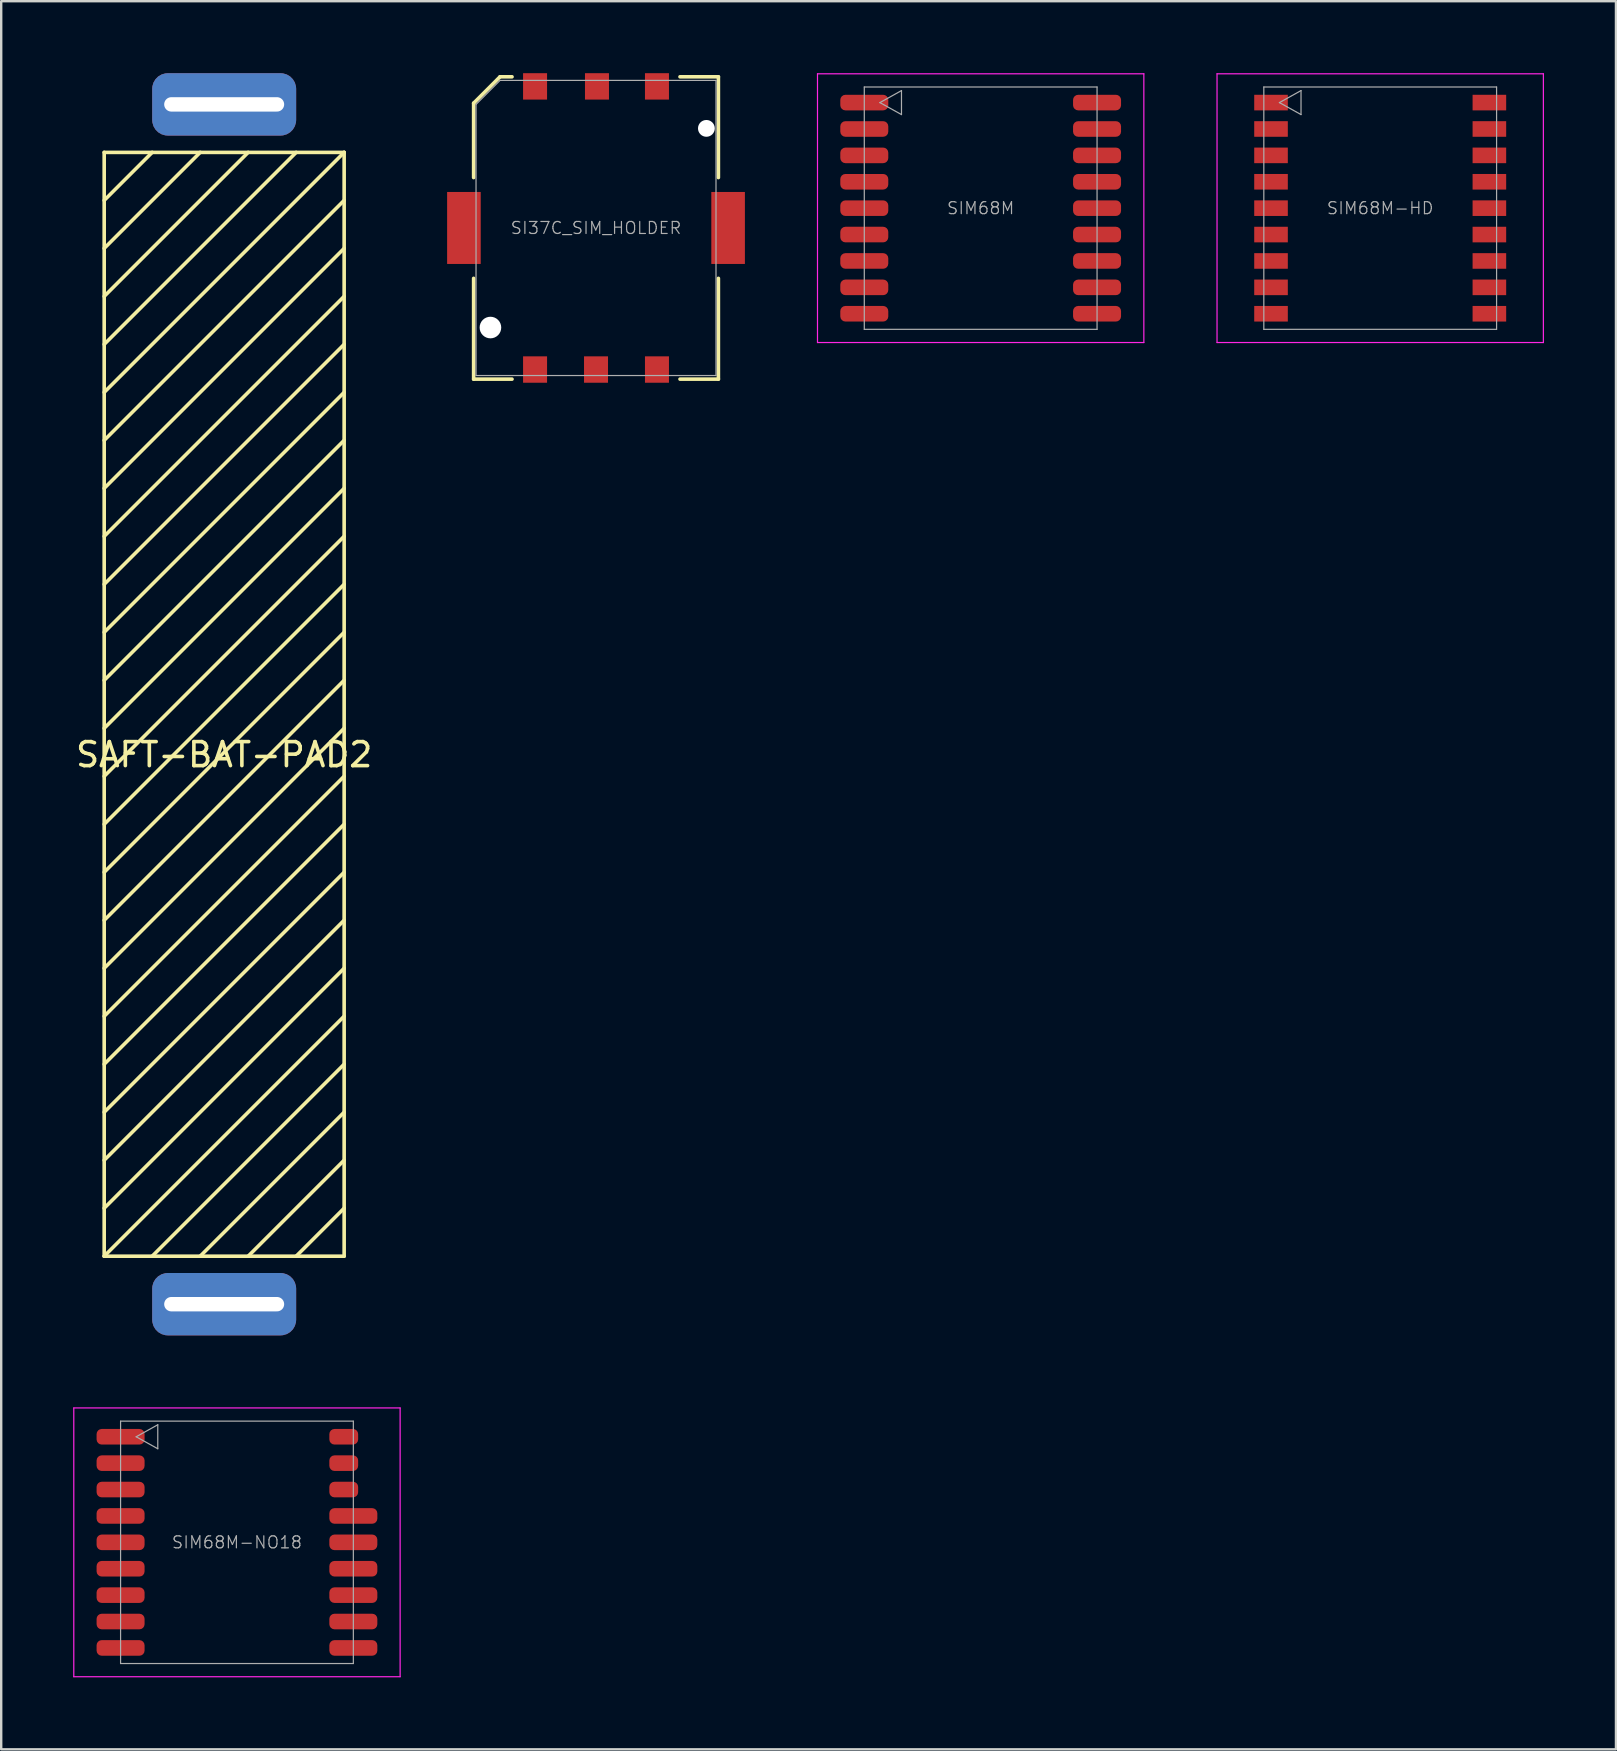
<source format=kicad_pcb>
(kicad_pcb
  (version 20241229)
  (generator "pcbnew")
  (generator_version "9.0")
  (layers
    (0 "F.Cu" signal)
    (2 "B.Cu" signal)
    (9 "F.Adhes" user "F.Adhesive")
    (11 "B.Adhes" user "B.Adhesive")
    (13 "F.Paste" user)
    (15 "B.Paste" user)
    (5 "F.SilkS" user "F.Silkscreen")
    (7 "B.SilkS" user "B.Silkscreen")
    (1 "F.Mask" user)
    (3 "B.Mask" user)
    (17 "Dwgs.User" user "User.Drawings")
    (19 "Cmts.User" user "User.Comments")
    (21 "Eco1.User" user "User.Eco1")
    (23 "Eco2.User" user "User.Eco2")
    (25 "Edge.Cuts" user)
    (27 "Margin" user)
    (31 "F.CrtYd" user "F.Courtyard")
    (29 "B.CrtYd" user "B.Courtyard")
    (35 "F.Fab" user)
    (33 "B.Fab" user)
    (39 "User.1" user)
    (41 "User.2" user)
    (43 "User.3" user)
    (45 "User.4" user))
  (footprint "SAFT-BAT-PAD2"
    (layer "F.Cu")
    (at 6.292 26.3)
    (property "Reference" "SAFT-BAT-PAD2" (at 0 2.1 0) (layer "F.SilkS") (effects (font (size 1 1) (thickness 0.15))))
    (attr through_hole)
    (fp_line (start -5 -23) (end -5 23) (stroke (width 0.15) (type solid)) (layer "F.SilkS"))
    (fp_line (start -5 -23) (end 5 -23) (stroke (width 0.15) (type solid)) (layer "F.SilkS"))
    (fp_line (start -5 -21) (end -3 -23) (stroke (width 0.15) (type solid)) (layer "F.SilkS"))
    (fp_line (start -5 -19) (end -1 -23) (stroke (width 0.15) (type solid)) (layer "F.SilkS"))
    (fp_line (start -5 -17) (end 1 -23) (stroke (width 0.15) (type solid)) (layer "F.SilkS"))
    (fp_line (start -5 -15) (end 3 -23) (stroke (width 0.15) (type solid)) (layer "F.SilkS"))
    (fp_line (start -5 -13) (end 5 -23) (stroke (width 0.15) (type solid)) (layer "F.SilkS"))
    (fp_line (start -5 -11) (end 5 -21) (stroke (width 0.15) (type solid)) (layer "F.SilkS"))
    (fp_line (start -5 -9) (end 5 -19) (stroke (width 0.15) (type solid)) (layer "F.SilkS"))
    (fp_line (start -5 -7) (end 5 -17) (stroke (width 0.15) (type solid)) (layer "F.SilkS"))
    (fp_line (start -5 -5) (end 5 -15) (stroke (width 0.15) (type solid)) (layer "F.SilkS"))
    (fp_line (start -5 -3) (end 5 -13) (stroke (width 0.15) (type solid)) (layer "F.SilkS"))
    (fp_line (start -5 -1) (end 5 -11) (stroke (width 0.15) (type solid)) (layer "F.SilkS"))
    (fp_line (start -5 1) (end 5 -9) (stroke (width 0.15) (type solid)) (layer "F.SilkS"))
    (fp_line (start -5 3) (end 5 -7) (stroke (width 0.15) (type solid)) (layer "F.SilkS"))
    (fp_line (start -5 5) (end 5 -5) (stroke (width 0.15) (type solid)) (layer "F.SilkS"))
    (fp_line (start -5 7) (end 5 -3) (stroke (width 0.15) (type solid)) (layer "F.SilkS"))
    (fp_line (start -5 9) (end 5 -1) (stroke (width 0.15) (type solid)) (layer "F.SilkS"))
    (fp_line (start -5 11) (end 5 1) (stroke (width 0.15) (type solid)) (layer "F.SilkS"))
    (fp_line (start -5 13) (end 5 3) (stroke (width 0.15) (type solid)) (layer "F.SilkS"))
    (fp_line (start -5 15) (end 5 5) (stroke (width 0.15) (type solid)) (layer "F.SilkS"))
    (fp_line (start -5 17) (end 5 7) (stroke (width 0.15) (type solid)) (layer "F.SilkS"))
    (fp_line (start -5 19) (end 5 9) (stroke (width 0.15) (type solid)) (layer "F.SilkS"))
    (fp_line (start -5 21) (end 5 11) (stroke (width 0.15) (type solid)) (layer "F.SilkS"))
    (fp_line (start -5 23) (end 5 13) (stroke (width 0.15) (type solid)) (layer "F.SilkS"))
    (fp_line (start -5 23) (end 5 23) (stroke (width 0.15) (type solid)) (layer "F.SilkS"))
    (fp_line (start -3 23) (end 5 15) (stroke (width 0.15) (type solid)) (layer "F.SilkS"))
    (fp_line (start -1 23) (end 5 17) (stroke (width 0.15) (type solid)) (layer "F.SilkS"))
    (fp_line (start 1 23) (end 5 19) (stroke (width 0.15) (type solid)) (layer "F.SilkS"))
    (fp_line (start 3 23) (end 5 21) (stroke (width 0.15) (type solid)) (layer "F.SilkS"))
    (fp_line (start 5 -23) (end 5 23) (stroke (width 0.15) (type solid)) (layer "F.SilkS"))
    (pad "1" thru_hole roundrect (at 0 25) (size 6 2.6) (drill oval 5 0.6) (layers "*.Cu" "*.Mask") (roundrect_rratio 0.25))
    (pad "2" thru_hole roundrect (at 0 -25) (size 6 2.6) (drill oval 5 0.6) (layers "*.Cu" "*.Mask") (roundrect_rratio 0.25)))
  (footprint "SIM68M-NO18"
    (layer "F.Cu")
    (at 6.825 61.225)
    (property "Reference" "SIM68M-NO18" (at 0 0 0) (layer "F.Fab") (effects (font (size 0.5 0.5) (thickness 0.05))))
    (attr smd)
    (fp_line (start -6.8 -5.6) (end 6.8 -5.6) (stroke (width 0.05) (type solid)) (layer "F.CrtYd"))
    (fp_line (start -6.8 5.6) (end -6.8 -5.6) (stroke (width 0.05) (type solid)) (layer "F.CrtYd"))
    (fp_line (start 6.8 -5.6) (end 6.8 5.6) (stroke (width 0.05) (type solid)) (layer "F.CrtYd"))
    (fp_line (start 6.8 5.6) (end -6.8 5.6) (stroke (width 0.05) (type solid)) (layer "F.CrtYd"))
    (fp_line (start -4.85 -5.05) (end -4.85 5.05) (stroke (width 0.05) (type solid)) (layer "F.Fab"))
    (fp_line (start -4.85 5.05) (end 4.85 5.05) (stroke (width 0.05) (type solid)) (layer "F.Fab"))
    (fp_line (start -4.2 -4.4) (end -3.3 -4.9) (stroke (width 0.05) (type solid)) (layer "F.Fab"))
    (fp_line (start -3.3 -4.9) (end -3.3 -3.9) (stroke (width 0.05) (type solid)) (layer "F.Fab"))
    (fp_line (start -3.3 -3.9) (end -4.2 -4.4) (stroke (width 0.05) (type solid)) (layer "F.Fab"))
    (fp_line (start 4.85 -5.05) (end -4.85 -5.05) (stroke (width 0.05) (type solid)) (layer "F.Fab"))
    (fp_line (start 4.85 5.05) (end 4.85 -5.05) (stroke (width 0.05) (type solid)) (layer "F.Fab"))
    (pad "1" smd roundrect (at -4.85 -4.4) (size 2 0.65) (layers "F.Cu" "F.Mask" "F.Paste") (roundrect_rratio 0.33))
    (pad "2" smd roundrect (at -4.85 -3.3) (size 2 0.65) (layers "F.Cu" "F.Mask" "F.Paste") (roundrect_rratio 0.33))
    (pad "3" smd roundrect (at -4.85 -2.2) (size 2 0.65) (layers "F.Cu" "F.Mask" "F.Paste") (roundrect_rratio 0.33))
    (pad "4" smd roundrect (at -4.85 -1.1) (size 2 0.65) (layers "F.Cu" "F.Mask" "F.Paste") (roundrect_rratio 0.33))
    (pad "5" smd roundrect (at -4.85 0) (size 2 0.65) (layers "F.Cu" "F.Mask" "F.Paste") (roundrect_rratio 0.33))
    (pad "6" smd roundrect (at -4.85 1.1) (size 2 0.65) (layers "F.Cu" "F.Mask" "F.Paste") (roundrect_rratio 0.33))
    (pad "7" smd roundrect (at -4.85 2.2) (size 2 0.65) (layers "F.Cu" "F.Mask" "F.Paste") (roundrect_rratio 0.33))
    (pad "8" smd roundrect (at -4.85 3.3) (size 2 0.65) (layers "F.Cu" "F.Mask" "F.Paste") (roundrect_rratio 0.33))
    (pad "9" smd roundrect (at -4.85 4.4) (size 2 0.65) (layers "F.Cu" "F.Mask" "F.Paste") (roundrect_rratio 0.33))
    (pad "10" smd roundrect (at 4.85 4.4) (size 2 0.65) (layers "F.Cu" "F.Mask" "F.Paste") (roundrect_rratio 0.33))
    (pad "11" smd roundrect (at 4.85 3.3) (size 2 0.65) (layers "F.Cu" "F.Mask" "F.Paste") (roundrect_rratio 0.33))
    (pad "12" smd roundrect (at 4.85 2.2) (size 2 0.65) (layers "F.Cu" "F.Mask" "F.Paste") (roundrect_rratio 0.33))
    (pad "13" smd roundrect (at 4.85 1.1) (size 2 0.65) (layers "F.Cu" "F.Mask" "F.Paste") (roundrect_rratio 0.33))
    (pad "14" smd roundrect (at 4.85 0) (size 2 0.65) (layers "F.Cu" "F.Mask" "F.Paste") (roundrect_rratio 0.33))
    (pad "15" smd roundrect (at 4.85 -1.1) (size 2 0.65) (layers "F.Cu" "F.Mask" "F.Paste") (roundrect_rratio 0.33))
    (pad "16" smd roundrect (at 4.45 -2.2) (size 1.2 0.65) (layers "F.Cu" "F.Mask" "F.Paste") (roundrect_rratio 0.33))
    (pad "17" smd roundrect (at 4.45 -3.3) (size 1.2 0.65) (layers "F.Cu" "F.Mask" "F.Paste") (roundrect_rratio 0.33))
    (pad "18" smd roundrect (at 4.45 -4.4) (size 1.2 0.65) (layers "F.Cu" "F.Mask" "F.Paste") (roundrect_rratio 0.33)))
  (footprint "SI37C_SIM_HOLDER"
    (layer "F.Cu")
    (at 21.788 6.45)
    (property "Reference" "SI37C_SIM_HOLDER" (at 0 0 0) (layer "F.Fab") (effects (font (size 0.5 0.5) (thickness 0.05))))
    (attr through_hole)
    (fp_line (start -5.1 -5.2) (end -4 -6.3) (stroke (width 0.15) (type solid)) (layer "F.SilkS"))
    (fp_line (start -5.1 -2.1) (end -5.1 -5.2) (stroke (width 0.15) (type solid)) (layer "F.SilkS"))
    (fp_line (start -5.1 6.3) (end -5.1 2.1) (stroke (width 0.15) (type solid)) (layer "F.SilkS"))
    (fp_line (start -4 -6.3) (end -3.5 -6.3) (stroke (width 0.15) (type solid)) (layer "F.SilkS"))
    (fp_line (start -3.5 6.3) (end -5.1 6.3) (stroke (width 0.15) (type solid)) (layer "F.SilkS"))
    (fp_line (start 3.5 -6.3) (end 5.1 -6.3) (stroke (width 0.15) (type solid)) (layer "F.SilkS"))
    (fp_line (start 3.5 6.3) (end 5.1 6.3) (stroke (width 0.15) (type solid)) (layer "F.SilkS"))
    (fp_line (start 5.1 -6.3) (end 5.1 -2.1) (stroke (width 0.15) (type solid)) (layer "F.SilkS"))
    (fp_line (start 5.1 6.3) (end 5.1 2.1) (stroke (width 0.15) (type solid)) (layer "F.SilkS"))
    (fp_line (start -5 -5.15) (end -4 -6.15) (stroke (width 0.05) (type solid)) (layer "F.Fab"))
    (fp_line (start -5 6.15) (end -5 -5.15) (stroke (width 0.05) (type solid)) (layer "F.Fab"))
    (fp_line (start -4 -6.15) (end 5 -6.15) (stroke (width 0.05) (type solid)) (layer "F.Fab"))
    (fp_line (start 5 6.15) (end -5 6.15) (stroke (width 0.05) (type solid)) (layer "F.Fab"))
    (fp_line (start 5 6.15) (end 5 -6.15) (stroke (width 0.05) (type solid)) (layer "F.Fab"))
    (pad "" np_thru_hole circle (at -4.4 4.15) (size 0.9 0.9) (drill 0.9) (layers "*.Cu" "*.Mask"))
    (pad "" np_thru_hole circle (at 4.6 -4.15) (size 0.7 0.7) (drill 0.7) (layers "*.Cu" "*.Mask"))
    (pad "1" smd rect (at 2.54 5.9) (size 1 1.1) (layers "F.Cu" "F.Mask" "F.Paste"))
    (pad "2" smd rect (at 0 5.9) (size 1 1.1) (layers "F.Cu" "F.Mask" "F.Paste"))
    (pad "3" smd rect (at -2.54 5.9) (size 1 1.1) (layers "F.Cu" "F.Mask" "F.Paste"))
    (pad "4" smd rect (at 5.505 0) (size 1.4 3) (layers "F.Cu" "F.Mask" "F.Paste"))
    (pad "5" smd rect (at 2.54 -5.9) (size 1 1.1) (layers "F.Cu" "F.Mask" "F.Paste"))
    (pad "6" smd rect (at 0.04 -5.9) (size 1 1.1) (layers "F.Cu" "F.Mask" "F.Paste"))
    (pad "7" smd rect (at -2.54 -5.9) (size 1 1.1) (layers "F.Cu" "F.Mask" "F.Paste"))
    (pad "8" smd rect (at -5.505 0) (size 1.4 3) (layers "F.Cu" "F.Mask" "F.Paste")))
  (footprint "SIM68M-HD"
    (layer "F.Cu")
    (at 54.468 5.625)
    (property "Reference" "SIM68M-HD" (at 0 0 0) (layer "F.Fab") (effects (font (size 0.5 0.5) (thickness 0.05))))
    (attr smd)
    (fp_line (start -6.8 -5.6) (end 6.8 -5.6) (stroke (width 0.05) (type solid)) (layer "F.CrtYd"))
    (fp_line (start -6.8 5.6) (end -6.8 -5.6) (stroke (width 0.05) (type solid)) (layer "F.CrtYd"))
    (fp_line (start 6.8 -5.6) (end 6.8 5.6) (stroke (width 0.05) (type solid)) (layer "F.CrtYd"))
    (fp_line (start 6.8 5.6) (end -6.8 5.6) (stroke (width 0.05) (type solid)) (layer "F.CrtYd"))
    (fp_line (start -4.85 -5.05) (end -4.85 5.05) (stroke (width 0.05) (type solid)) (layer "F.Fab"))
    (fp_line (start -4.85 5.05) (end 4.85 5.05) (stroke (width 0.05) (type solid)) (layer "F.Fab"))
    (fp_line (start -4.2 -4.4) (end -3.3 -4.9) (stroke (width 0.05) (type solid)) (layer "F.Fab"))
    (fp_line (start -3.3 -4.9) (end -3.3 -3.9) (stroke (width 0.05) (type solid)) (layer "F.Fab"))
    (fp_line (start -3.3 -3.9) (end -4.2 -4.4) (stroke (width 0.05) (type solid)) (layer "F.Fab"))
    (fp_line (start 4.85 -5.05) (end -4.85 -5.05) (stroke (width 0.05) (type solid)) (layer "F.Fab"))
    (fp_line (start 4.85 5.05) (end 4.85 -5.05) (stroke (width 0.05) (type solid)) (layer "F.Fab"))
    (pad "1" smd rect (at -4.55 -4.4) (size 1.4 0.65) (layers "F.Cu" "F.Mask" "F.Paste"))
    (pad "2" smd rect (at -4.55 -3.3) (size 1.4 0.65) (layers "F.Cu" "F.Mask" "F.Paste"))
    (pad "3" smd rect (at -4.55 -2.2) (size 1.4 0.65) (layers "F.Cu" "F.Mask" "F.Paste"))
    (pad "4" smd rect (at -4.55 -1.1) (size 1.4 0.65) (layers "F.Cu" "F.Mask" "F.Paste"))
    (pad "5" smd rect (at -4.55 0) (size 1.4 0.65) (layers "F.Cu" "F.Mask" "F.Paste"))
    (pad "6" smd rect (at -4.55 1.1) (size 1.4 0.65) (layers "F.Cu" "F.Mask" "F.Paste"))
    (pad "7" smd rect (at -4.55 2.2) (size 1.4 0.65) (layers "F.Cu" "F.Mask" "F.Paste"))
    (pad "8" smd rect (at -4.55 3.3) (size 1.4 0.65) (layers "F.Cu" "F.Mask" "F.Paste"))
    (pad "9" smd rect (at -4.55 4.4) (size 1.4 0.65) (layers "F.Cu" "F.Mask" "F.Paste"))
    (pad "10" smd rect (at 4.55 4.4) (size 1.4 0.65) (layers "F.Cu" "F.Mask" "F.Paste"))
    (pad "11" smd rect (at 4.55 3.3) (size 1.4 0.65) (layers "F.Cu" "F.Mask" "F.Paste"))
    (pad "12" smd rect (at 4.55 2.2) (size 1.4 0.65) (layers "F.Cu" "F.Mask" "F.Paste"))
    (pad "13" smd rect (at 4.55 1.1) (size 1.4 0.65) (layers "F.Cu" "F.Mask" "F.Paste"))
    (pad "14" smd rect (at 4.55 0) (size 1.4 0.65) (layers "F.Cu" "F.Mask" "F.Paste"))
    (pad "15" smd rect (at 4.55 -1.1) (size 1.4 0.65) (layers "F.Cu" "F.Mask" "F.Paste"))
    (pad "16" smd rect (at 4.55 -2.2) (size 1.4 0.65) (layers "F.Cu" "F.Mask" "F.Paste"))
    (pad "17" smd rect (at 4.55 -3.3) (size 1.4 0.65) (layers "F.Cu" "F.Mask" "F.Paste"))
    (pad "18" smd rect (at 4.55 -4.4) (size 1.4 0.65) (layers "F.Cu" "F.Mask" "F.Paste")))
  (footprint "SIM68M"
    (layer "F.Cu")
    (at 37.818 5.625)
    (property "Reference" "SIM68M" (at 0 0 0) (layer "F.Fab") (effects (font (size 0.5 0.5) (thickness 0.05))))
    (attr through_hole)
    (fp_line (start -6.8 -5.6) (end 6.8 -5.6) (stroke (width 0.05) (type solid)) (layer "F.CrtYd"))
    (fp_line (start -6.8 5.6) (end -6.8 -5.6) (stroke (width 0.05) (type solid)) (layer "F.CrtYd"))
    (fp_line (start 6.8 -5.6) (end 6.8 5.6) (stroke (width 0.05) (type solid)) (layer "F.CrtYd"))
    (fp_line (start 6.8 5.6) (end -6.8 5.6) (stroke (width 0.05) (type solid)) (layer "F.CrtYd"))
    (fp_line (start -4.85 -5.05) (end -4.85 5.05) (stroke (width 0.05) (type solid)) (layer "F.Fab"))
    (fp_line (start -4.85 5.05) (end 4.85 5.05) (stroke (width 0.05) (type solid)) (layer "F.Fab"))
    (fp_line (start -4.2 -4.4) (end -3.3 -4.9) (stroke (width 0.05) (type solid)) (layer "F.Fab"))
    (fp_line (start -3.3 -4.9) (end -3.3 -3.9) (stroke (width 0.05) (type solid)) (layer "F.Fab"))
    (fp_line (start -3.3 -3.9) (end -4.2 -4.4) (stroke (width 0.05) (type solid)) (layer "F.Fab"))
    (fp_line (start 4.85 -5.05) (end -4.85 -5.05) (stroke (width 0.05) (type solid)) (layer "F.Fab"))
    (fp_line (start 4.85 5.05) (end 4.85 -5.05) (stroke (width 0.05) (type solid)) (layer "F.Fab"))
    (pad "1" smd roundrect (at -4.85 -4.4) (size 2 0.65) (layers "F.Cu" "F.Mask" "F.Paste") (roundrect_rratio 0.33))
    (pad "2" smd roundrect (at -4.85 -3.3) (size 2 0.65) (layers "F.Cu" "F.Mask" "F.Paste") (roundrect_rratio 0.33))
    (pad "3" smd roundrect (at -4.85 -2.2) (size 2 0.65) (layers "F.Cu" "F.Mask" "F.Paste") (roundrect_rratio 0.33))
    (pad "4" smd roundrect (at -4.85 -1.1) (size 2 0.65) (layers "F.Cu" "F.Mask" "F.Paste") (roundrect_rratio 0.33))
    (pad "5" smd roundrect (at -4.85 0) (size 2 0.65) (layers "F.Cu" "F.Mask" "F.Paste") (roundrect_rratio 0.33))
    (pad "6" smd roundrect (at -4.85 1.1) (size 2 0.65) (layers "F.Cu" "F.Mask" "F.Paste") (roundrect_rratio 0.33))
    (pad "7" smd roundrect (at -4.85 2.2) (size 2 0.65) (layers "F.Cu" "F.Mask" "F.Paste") (roundrect_rratio 0.33))
    (pad "8" smd roundrect (at -4.85 3.3) (size 2 0.65) (layers "F.Cu" "F.Mask" "F.Paste") (roundrect_rratio 0.33))
    (pad "9" smd roundrect (at -4.85 4.4) (size 2 0.65) (layers "F.Cu" "F.Mask" "F.Paste") (roundrect_rratio 0.33))
    (pad "10" smd roundrect (at 4.85 4.4) (size 2 0.65) (layers "F.Cu" "F.Mask" "F.Paste") (roundrect_rratio 0.33))
    (pad "11" smd roundrect (at 4.85 3.3) (size 2 0.65) (layers "F.Cu" "F.Mask" "F.Paste") (roundrect_rratio 0.33))
    (pad "12" smd roundrect (at 4.85 2.2) (size 2 0.65) (layers "F.Cu" "F.Mask" "F.Paste") (roundrect_rratio 0.33))
    (pad "13" smd roundrect (at 4.85 1.1) (size 2 0.65) (layers "F.Cu" "F.Mask" "F.Paste") (roundrect_rratio 0.33))
    (pad "14" smd roundrect (at 4.85 0) (size 2 0.65) (layers "F.Cu" "F.Mask" "F.Paste") (roundrect_rratio 0.33))
    (pad "15" smd roundrect (at 4.85 -1.1) (size 2 0.65) (layers "F.Cu" "F.Mask" "F.Paste") (roundrect_rratio 0.33))
    (pad "16" smd roundrect (at 4.85 -2.2) (size 2 0.65) (layers "F.Cu" "F.Mask" "F.Paste") (roundrect_rratio 0.33))
    (pad "17" smd roundrect (at 4.85 -3.3) (size 2 0.65) (layers "F.Cu" "F.Mask" "F.Paste") (roundrect_rratio 0.33))
    (pad "18" smd roundrect (at 4.85 -4.4) (size 2 0.65) (layers "F.Cu" "F.Mask" "F.Paste") (roundrect_rratio 0.33)))
  (gr_rect
    (start -3 -3)
    (end 64.293 69.85)
    (stroke (width 0.1) (type default))
    (fill no)
    (layer "Edge.Cuts")))
</source>
